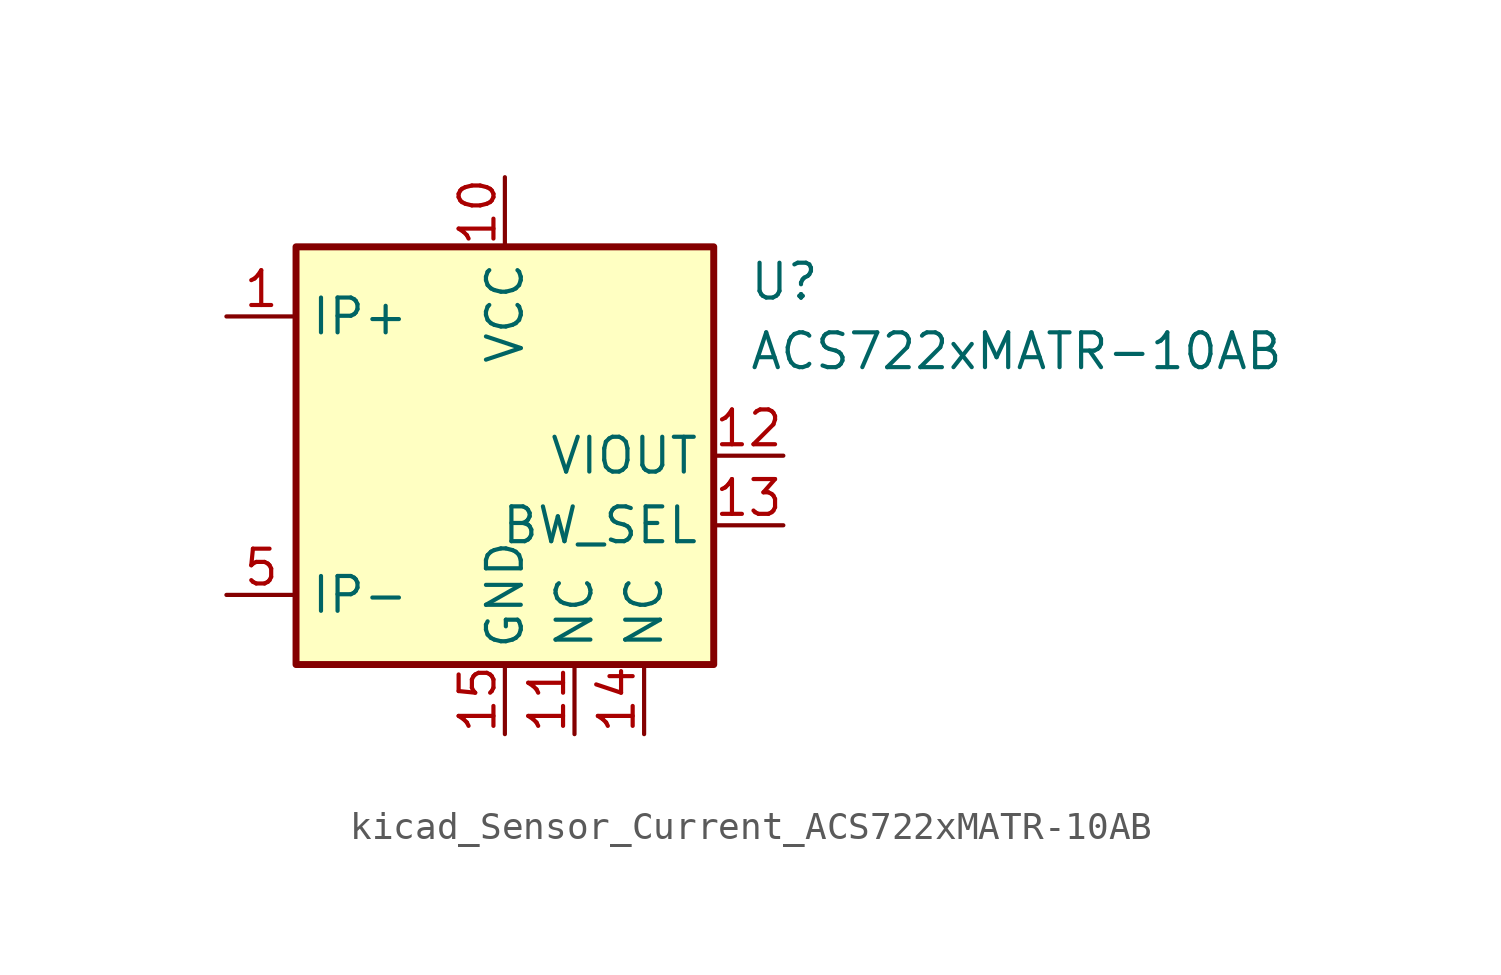
<source format=kicad_sym>
(kicad_symbol_lib
  (version 20220914)
  (generator kicad_symbol_editor)
  (symbol "kicad_Sensor_Current_ACS722xMATR-10AB"
    (property "Reference" "U"
      (at 8.89 6.35 0)
      (effects (font (size 1.27 1.27)) (justify left)))
    (property "Value" "ACS722xMATR-10AB"
      (at 8.89 3.81 0)
      (effects (font (size 1.27 1.27)) (justify left)))
    (symbol "kicad_Sensor_Current_ACS722xMATR-10AB_0_1"
      (rectangle (start -7.62 7.62) (end 7.62 -7.62) (stroke (width 0.254) (type default)) (fill (type background))))
    (symbol "kicad_Sensor_Current_ACS722xMATR-10AB_1_1"
      (pin passive line (at -10.16 5.08 0) (length 2.54) (name "IP+" (effects (font (size 1.27 1.27)))) (number "1" (effects (font (size 1.27 1.27)))))
      (pin power_in line (at 0 10.16 270) (length 2.54) (name "VCC" (effects (font (size 1.27 1.27)))) (number "10" (effects (font (size 1.27 1.27)))))
      (pin passive line (at 2.54 -10.16 90) (length 2.54) (name "NC" (effects (font (size 1.27 1.27)))) (number "11" (effects (font (size 1.27 1.27)))))
      (pin output line (at 10.16 0 180) (length 2.54) (name "VIOUT" (effects (font (size 1.27 1.27)))) (number "12" (effects (font (size 1.27 1.27)))))
      (pin input line (at 10.16 -2.54 180) (length 2.54) (name "BW_SEL" (effects (font (size 1.27 1.27)))) (number "13" (effects (font (size 1.27 1.27)))))
      (pin passive line (at 5.08 -10.16 90) (length 2.54) (name "NC" (effects (font (size 1.27 1.27)))) (number "14" (effects (font (size 1.27 1.27)))))
      (pin power_in line (at 0 -10.16 90) (length 2.54) (name "GND" (effects (font (size 1.27 1.27)))) (number "15" (effects (font (size 1.27 1.27)))))
      (pin no_connect line (at 7.62 2.54 180) (length 2.54) hide (name "NC" (effects (font (size 1.27 1.27)))) (number "16" (effects (font (size 1.27 1.27)))))
      (pin passive line (at -10.16 5.08 0) (length 2.54) hide (name "IP+" (effects (font (size 1.27 1.27)))) (number "2" (effects (font (size 1.27 1.27)))))
      (pin passive line (at -10.16 5.08 0) (length 2.54) hide (name "IP+" (effects (font (size 1.27 1.27)))) (number "3" (effects (font (size 1.27 1.27)))))
      (pin passive line (at -10.16 5.08 0) (length 2.54) hide (name "IP+" (effects (font (size 1.27 1.27)))) (number "4" (effects (font (size 1.27 1.27)))))
      (pin passive line (at -10.16 -5.08 0) (length 2.54) (name "IP-" (effects (font (size 1.27 1.27)))) (number "5" (effects (font (size 1.27 1.27)))))
      (pin passive line (at -10.16 -5.08 0) (length 2.54) hide (name "IP-" (effects (font (size 1.27 1.27)))) (number "6" (effects (font (size 1.27 1.27)))))
      (pin passive line (at -10.16 -5.08 0) (length 2.54) hide (name "IP-" (effects (font (size 1.27 1.27)))) (number "7" (effects (font (size 1.27 1.27)))))
      (pin passive line (at -10.16 -5.08 0) (length 2.54) hide (name "IP-" (effects (font (size 1.27 1.27)))) (number "8" (effects (font (size 1.27 1.27)))))
      (pin no_connect line (at 7.62 5.08 180) (length 2.54) hide (name "NC" (effects (font (size 1.27 1.27)))) (number "9" (effects (font (size 1.27 1.27))))))))
</source>
